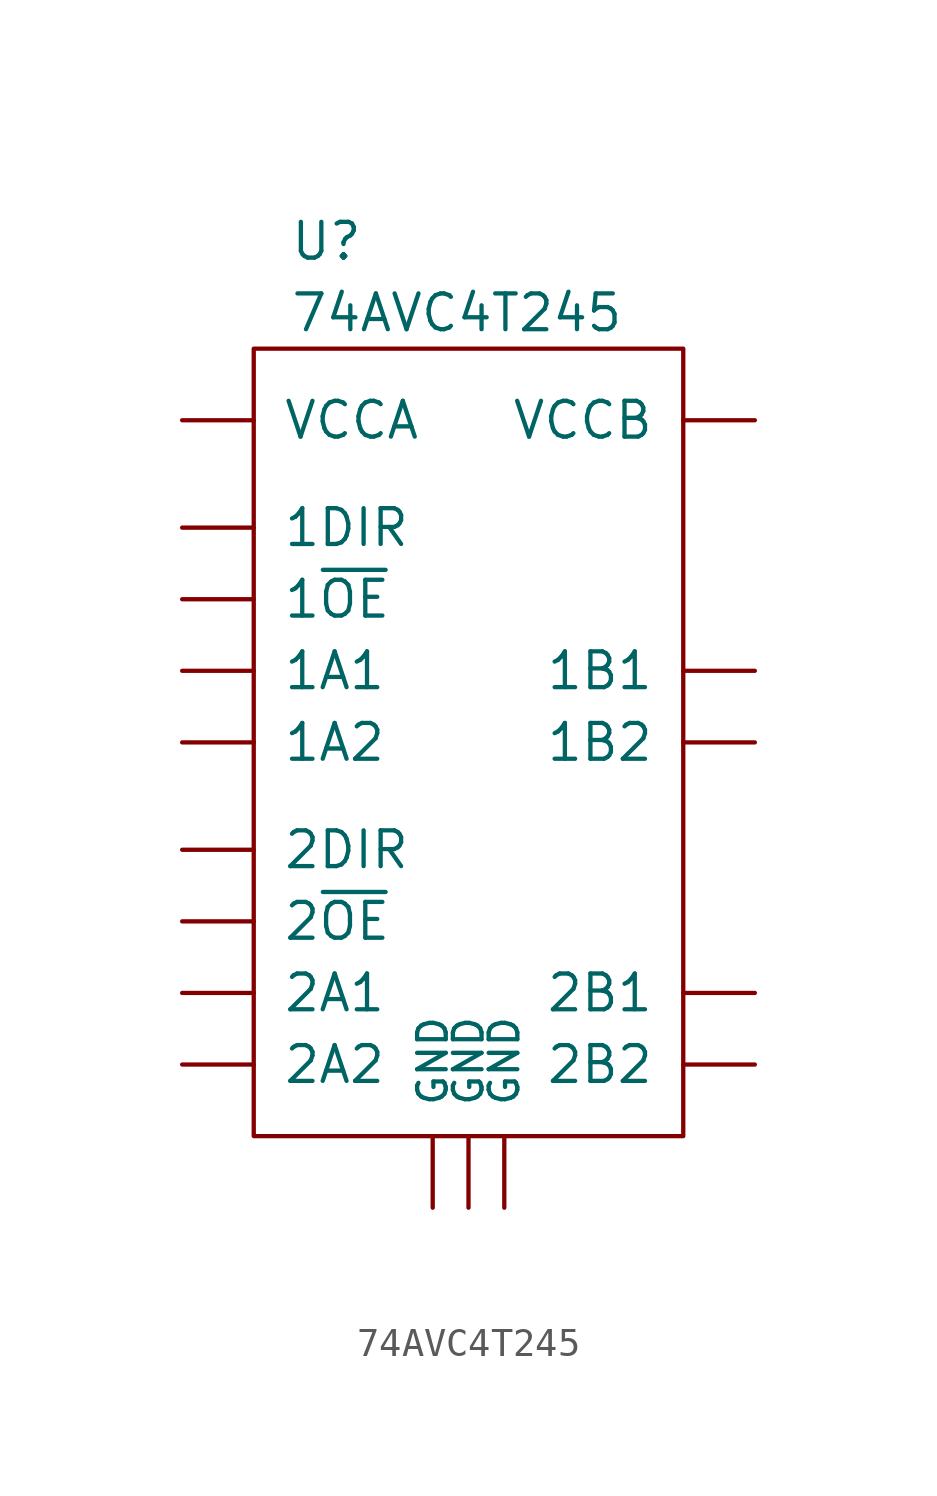
<source format=kicad_sym>
(kicad_symbol_lib
  (version 20211014)
  (generator kicad_symbol_editor)
  (symbol "74AVC4T245"
    (pin_numbers hide)
    (pin_names
      (offset 1.016))
    (property "Reference" "U"
      (at -6.35 3.81 0)
      (effects (font (size 1.27 1.27)) (justify left)))
    (property "Value" "74AVC4T245"
      (at -6.35 1.27 0)
      (effects (font (size 1.27 1.27)) (justify left)))
    (symbol "74AVC4T245_0_1"
      (rectangle (start -7.62 0) (end 7.62 -27.94) (stroke (width 0) (type default) (color 0 0 0 0)) (fill (type none))))
    (symbol "74AVC4T245_1_1"
      (pin power_in line (at -10.16 -2.54 0) (length 2.54) (name "VCCA" (effects (font (size 1.27 1.27)))) (number "1" (effects (font (size 1.016 1.016)))))
      (pin tri_state line (at 10.16 -25.4 180) (length 2.54) (name "2B2" (effects (font (size 1.27 1.27)))) (number "10" (effects (font (size 1.016 1.016)))))
      (pin tri_state line (at 10.16 -22.86 180) (length 2.54) (name "2B1" (effects (font (size 1.27 1.27)))) (number "11" (effects (font (size 1.016 1.016)))))
      (pin tri_state line (at 10.16 -13.97 180) (length 2.54) (name "1B2" (effects (font (size 1.27 1.27)))) (number "12" (effects (font (size 1.016 1.016)))))
      (pin tri_state line (at 10.16 -11.43 180) (length 2.54) (name "1B1" (effects (font (size 1.27 1.27)))) (number "13" (effects (font (size 1.016 1.016)))))
      (pin input line (at -10.16 -20.32 0) (length 2.54) (name "2~{OE}" (effects (font (size 1.27 1.27)))) (number "14" (effects (font (size 1.016 1.016)))))
      (pin input line (at -10.16 -8.89 0) (length 2.54) (name "1~{OE}" (effects (font (size 1.27 1.27)))) (number "15" (effects (font (size 1.016 1.016)))))
      (pin power_in line (at 10.16 -2.54 180) (length 2.54) (name "VCCB" (effects (font (size 1.27 1.27)))) (number "16" (effects (font (size 1.016 1.016)))))
      (pin input line (at -10.16 -6.35 0) (length 2.54) (name "1DIR" (effects (font (size 1.27 1.27)))) (number "2" (effects (font (size 1.016 1.016)))))
      (pin input line (at -10.16 -17.78 0) (length 2.54) (name "2DIR" (effects (font (size 1.27 1.27)))) (number "3" (effects (font (size 1.016 1.016)))))
      (pin tri_state line (at -10.16 -11.43 0) (length 2.54) (name "1A1" (effects (font (size 1.27 1.27)))) (number "4" (effects (font (size 1.016 1.016)))))
      (pin tri_state line (at -10.16 -13.97 0) (length 2.54) (name "1A2" (effects (font (size 1.27 1.27)))) (number "5" (effects (font (size 1.016 1.016)))))
      (pin tri_state line (at -10.16 -22.86 0) (length 2.54) (name "2A1" (effects (font (size 1.27 1.27)))) (number "6" (effects (font (size 1.016 1.016)))))
      (pin tri_state line (at -10.16 -25.4 0) (length 2.54) (name "2A2" (effects (font (size 1.27 1.27)))) (number "7" (effects (font (size 1.016 1.016)))))
      (pin power_in line (at -1.27 -30.48 90) (length 2.54) (name "GND" (effects (font (size 1.016 1.016)))) (number "8" (effects (font (size 1.016 1.016)))))
      (pin power_in line (at 0 -30.48 90) (length 2.54) (name "GND" (effects (font (size 1.016 1.016)))) (number "9" (effects (font (size 1.016 1.016)))))
      (pin power_in line (at 1.27 -30.48 90) (length 2.54) (name "GND" (effects (font (size 1.016 1.016)))) (number "FLAG" (effects (font (size 1.016 1.016))))))))
</source>
